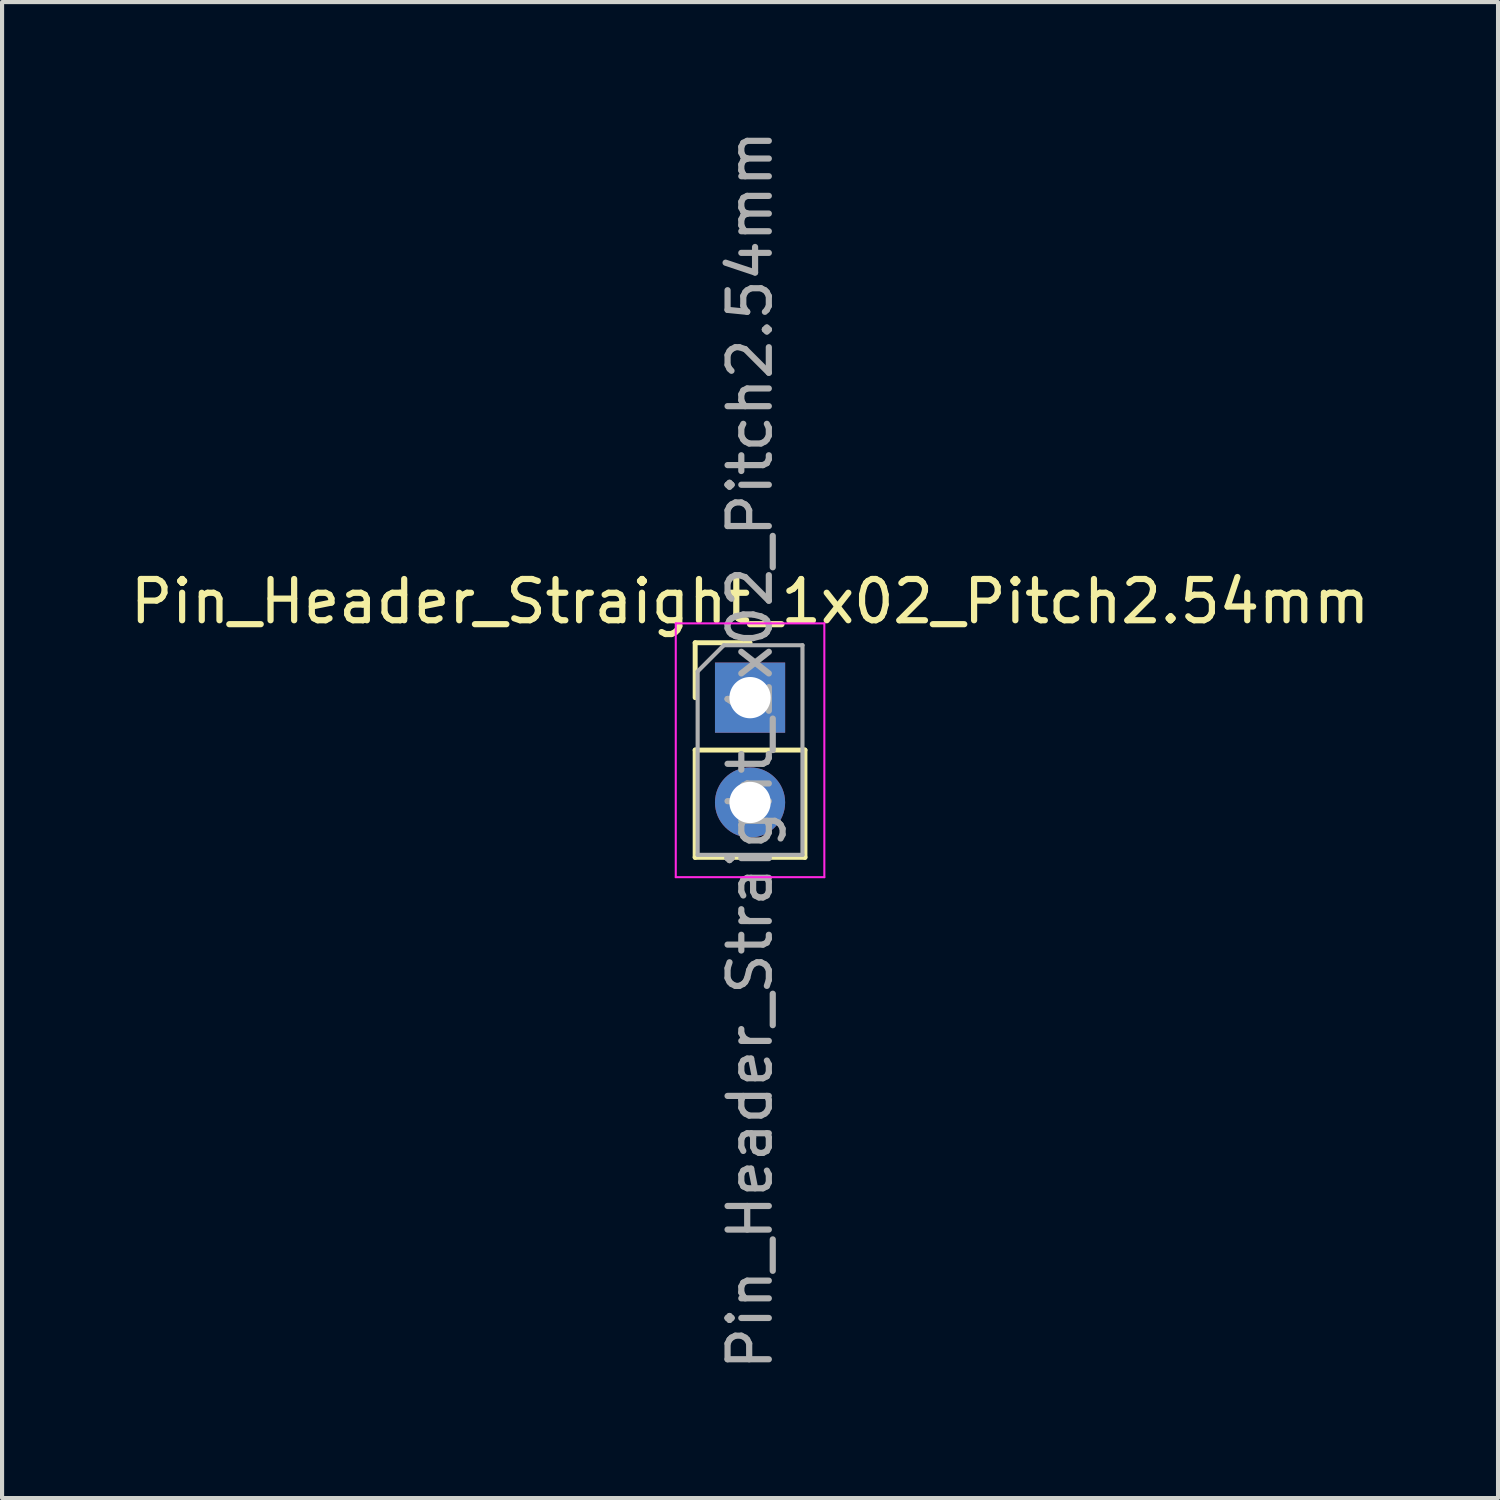
<source format=kicad_pcb>
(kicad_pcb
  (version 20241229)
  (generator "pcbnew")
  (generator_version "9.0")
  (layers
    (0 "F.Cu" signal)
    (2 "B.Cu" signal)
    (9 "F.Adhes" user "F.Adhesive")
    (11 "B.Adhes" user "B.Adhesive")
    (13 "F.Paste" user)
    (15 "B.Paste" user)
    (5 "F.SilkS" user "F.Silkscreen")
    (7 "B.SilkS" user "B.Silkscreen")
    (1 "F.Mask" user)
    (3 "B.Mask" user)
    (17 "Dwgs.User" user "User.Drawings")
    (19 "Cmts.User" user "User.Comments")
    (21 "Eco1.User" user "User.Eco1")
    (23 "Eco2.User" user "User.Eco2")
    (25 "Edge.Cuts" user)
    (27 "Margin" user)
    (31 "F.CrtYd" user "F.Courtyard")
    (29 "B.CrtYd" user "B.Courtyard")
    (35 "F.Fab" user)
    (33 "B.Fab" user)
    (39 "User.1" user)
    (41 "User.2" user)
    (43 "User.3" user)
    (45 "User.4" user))
  (footprint "Pin_Header_Straight_1x02_Pitch2.54mm"
    (layer "F.Cu")
    (at 15.125 13.855)
    (property "Reference" "Pin_Header_Straight_1x02_Pitch2.54mm" (at 0 -2.33 0) (layer "F.SilkS") (effects (font (size 1 1) (thickness 0.15))))
    (attr through_hole)
    (fp_line (start -1.33 -1.33) (end 0 -1.33) (stroke (width 0.12) (type solid)) (layer "F.SilkS"))
    (fp_line (start -1.33 0) (end -1.33 -1.33) (stroke (width 0.12) (type solid)) (layer "F.SilkS"))
    (fp_line (start -1.33 1.27) (end -1.33 3.87) (stroke (width 0.12) (type solid)) (layer "F.SilkS"))
    (fp_line (start -1.33 1.27) (end 1.33 1.27) (stroke (width 0.12) (type solid)) (layer "F.SilkS"))
    (fp_line (start -1.33 3.87) (end 1.33 3.87) (stroke (width 0.12) (type solid)) (layer "F.SilkS"))
    (fp_line (start 1.33 1.27) (end 1.33 3.87) (stroke (width 0.12) (type solid)) (layer "F.SilkS"))
    (fp_line (start -1.8 -1.8) (end -1.8 4.35) (stroke (width 0.05) (type solid)) (layer "F.CrtYd"))
    (fp_line (start -1.8 4.35) (end 1.8 4.35) (stroke (width 0.05) (type solid)) (layer "F.CrtYd"))
    (fp_line (start 1.8 -1.8) (end -1.8 -1.8) (stroke (width 0.05) (type solid)) (layer "F.CrtYd"))
    (fp_line (start 1.8 4.35) (end 1.8 -1.8) (stroke (width 0.05) (type solid)) (layer "F.CrtYd"))
    (fp_line (start -1.27 -0.635) (end -0.635 -1.27) (stroke (width 0.1) (type solid)) (layer "F.Fab"))
    (fp_line (start -1.27 3.81) (end -1.27 -0.635) (stroke (width 0.1) (type solid)) (layer "F.Fab"))
    (fp_line (start -0.635 -1.27) (end 1.27 -1.27) (stroke (width 0.1) (type solid)) (layer "F.Fab"))
    (fp_line (start 1.27 -1.27) (end 1.27 3.81) (stroke (width 0.1) (type solid)) (layer "F.Fab"))
    (fp_line (start 1.27 3.81) (end -1.27 3.81) (stroke (width 0.1) (type solid)) (layer "F.Fab"))
    (fp_text user "${REFERENCE}" (at 0 1.27 90) (layer "F.Fab") (effects (font (size 1 1) (thickness 0.15))))
    (pad "+" thru_hole rect (at 0 0) (size 1.7 1.7) (drill 1) (layers "*.Cu" "*.Mask"))
    (pad "-" thru_hole oval (at 0 2.54) (size 1.7 1.7) (drill 1) (layers "*.Cu" "*.Mask")))
  (gr_rect
    (start -3 -3)
    (end 33.25 33.25)
    (stroke (width 0.1) (type default))
    (fill no)
    (layer "Edge.Cuts")))
</source>
